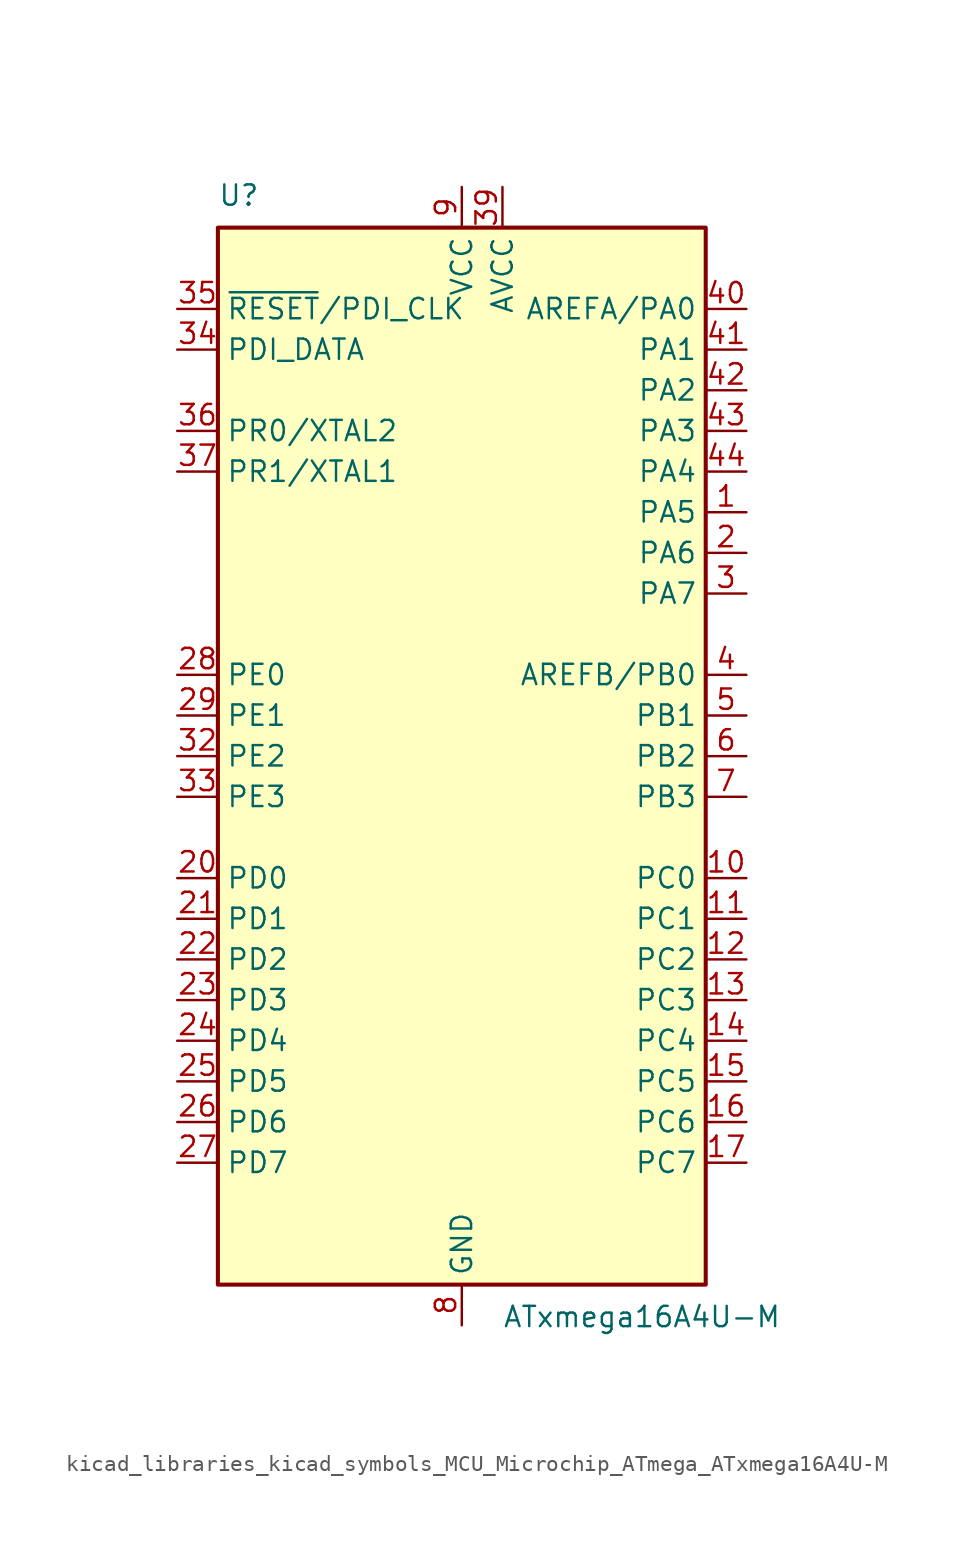
<source format=kicad_sym>
(kicad_symbol_lib
  (version 20220914)
  (generator kicad_symbol_editor)
  (symbol "kicad_libraries_kicad_symbols_MCU_Microchip_ATmega_ATxmega16A4U-M"
    (property "Reference" "U"
      (at -15.24 34.29 0)
      (effects (font (size 1.27 1.27)) (justify left bottom)))
    (property "Value" "ATxmega16A4U-M"
      (at 2.54 -34.29 0)
      (effects (font (size 1.27 1.27)) (justify left top)))
    (symbol "kicad_libraries_kicad_symbols_MCU_Microchip_ATmega_ATxmega16A4U-M_0_1"
      (rectangle (start -15.24 -33.02) (end 15.24 33.02) (stroke (width 0.254) (type default)) (fill (type background))))
    (symbol "kicad_libraries_kicad_symbols_MCU_Microchip_ATmega_ATxmega16A4U-M_1_1"
      (pin bidirectional line (at 17.78 15.24 180) (length 2.54) (name "PA5" (effects (font (size 1.27 1.27)))) (number "1" (effects (font (size 1.27 1.27)))))
      (pin bidirectional line (at 17.78 -7.62 180) (length 2.54) (name "PC0" (effects (font (size 1.27 1.27)))) (number "10" (effects (font (size 1.27 1.27)))))
      (pin bidirectional line (at 17.78 -10.16 180) (length 2.54) (name "PC1" (effects (font (size 1.27 1.27)))) (number "11" (effects (font (size 1.27 1.27)))))
      (pin bidirectional line (at 17.78 -12.7 180) (length 2.54) (name "PC2" (effects (font (size 1.27 1.27)))) (number "12" (effects (font (size 1.27 1.27)))))
      (pin bidirectional line (at 17.78 -15.24 180) (length 2.54) (name "PC3" (effects (font (size 1.27 1.27)))) (number "13" (effects (font (size 1.27 1.27)))))
      (pin bidirectional line (at 17.78 -17.78 180) (length 2.54) (name "PC4" (effects (font (size 1.27 1.27)))) (number "14" (effects (font (size 1.27 1.27)))))
      (pin bidirectional line (at 17.78 -20.32 180) (length 2.54) (name "PC5" (effects (font (size 1.27 1.27)))) (number "15" (effects (font (size 1.27 1.27)))))
      (pin bidirectional line (at 17.78 -22.86 180) (length 2.54) (name "PC6" (effects (font (size 1.27 1.27)))) (number "16" (effects (font (size 1.27 1.27)))))
      (pin bidirectional line (at 17.78 -25.4 180) (length 2.54) (name "PC7" (effects (font (size 1.27 1.27)))) (number "17" (effects (font (size 1.27 1.27)))))
      (pin passive line (at 0 -35.56 90) (length 2.54) hide (name "GND" (effects (font (size 1.27 1.27)))) (number "18" (effects (font (size 1.27 1.27)))))
      (pin passive line (at 0 35.56 270) (length 2.54) hide (name "VCC" (effects (font (size 1.27 1.27)))) (number "19" (effects (font (size 1.27 1.27)))))
      (pin bidirectional line (at 17.78 12.7 180) (length 2.54) (name "PA6" (effects (font (size 1.27 1.27)))) (number "2" (effects (font (size 1.27 1.27)))))
      (pin bidirectional line (at -17.78 -7.62 0) (length 2.54) (name "PD0" (effects (font (size 1.27 1.27)))) (number "20" (effects (font (size 1.27 1.27)))))
      (pin bidirectional line (at -17.78 -10.16 0) (length 2.54) (name "PD1" (effects (font (size 1.27 1.27)))) (number "21" (effects (font (size 1.27 1.27)))))
      (pin bidirectional line (at -17.78 -12.7 0) (length 2.54) (name "PD2" (effects (font (size 1.27 1.27)))) (number "22" (effects (font (size 1.27 1.27)))))
      (pin bidirectional line (at -17.78 -15.24 0) (length 2.54) (name "PD3" (effects (font (size 1.27 1.27)))) (number "23" (effects (font (size 1.27 1.27)))))
      (pin bidirectional line (at -17.78 -17.78 0) (length 2.54) (name "PD4" (effects (font (size 1.27 1.27)))) (number "24" (effects (font (size 1.27 1.27)))))
      (pin bidirectional line (at -17.78 -20.32 0) (length 2.54) (name "PD5" (effects (font (size 1.27 1.27)))) (number "25" (effects (font (size 1.27 1.27)))))
      (pin bidirectional line (at -17.78 -22.86 0) (length 2.54) (name "PD6" (effects (font (size 1.27 1.27)))) (number "26" (effects (font (size 1.27 1.27)))))
      (pin bidirectional line (at -17.78 -25.4 0) (length 2.54) (name "PD7" (effects (font (size 1.27 1.27)))) (number "27" (effects (font (size 1.27 1.27)))))
      (pin bidirectional line (at -17.78 5.08 0) (length 2.54) (name "PE0" (effects (font (size 1.27 1.27)))) (number "28" (effects (font (size 1.27 1.27)))))
      (pin bidirectional line (at -17.78 2.54 0) (length 2.54) (name "PE1" (effects (font (size 1.27 1.27)))) (number "29" (effects (font (size 1.27 1.27)))))
      (pin bidirectional line (at 17.78 10.16 180) (length 2.54) (name "PA7" (effects (font (size 1.27 1.27)))) (number "3" (effects (font (size 1.27 1.27)))))
      (pin passive line (at 0 -35.56 90) (length 2.54) hide (name "GND" (effects (font (size 1.27 1.27)))) (number "30" (effects (font (size 1.27 1.27)))))
      (pin passive line (at 0 35.56 270) (length 2.54) hide (name "VCC" (effects (font (size 1.27 1.27)))) (number "31" (effects (font (size 1.27 1.27)))))
      (pin bidirectional line (at -17.78 0 0) (length 2.54) (name "PE2" (effects (font (size 1.27 1.27)))) (number "32" (effects (font (size 1.27 1.27)))))
      (pin bidirectional line (at -17.78 -2.54 0) (length 2.54) (name "PE3" (effects (font (size 1.27 1.27)))) (number "33" (effects (font (size 1.27 1.27)))))
      (pin bidirectional line (at -17.78 25.4 0) (length 2.54) (name "PDI_DATA" (effects (font (size 1.27 1.27)))) (number "34" (effects (font (size 1.27 1.27)))))
      (pin input line (at -17.78 27.94 0) (length 2.54) (name "~{RESET}/PDI_CLK" (effects (font (size 1.27 1.27)))) (number "35" (effects (font (size 1.27 1.27)))))
      (pin bidirectional line (at -17.78 20.32 0) (length 2.54) (name "PR0/XTAL2" (effects (font (size 1.27 1.27)))) (number "36" (effects (font (size 1.27 1.27)))))
      (pin bidirectional line (at -17.78 17.78 0) (length 2.54) (name "PR1/XTAL1" (effects (font (size 1.27 1.27)))) (number "37" (effects (font (size 1.27 1.27)))))
      (pin passive line (at 0 -35.56 90) (length 2.54) hide (name "GND" (effects (font (size 1.27 1.27)))) (number "38" (effects (font (size 1.27 1.27)))))
      (pin power_in line (at 2.54 35.56 270) (length 2.54) (name "AVCC" (effects (font (size 1.27 1.27)))) (number "39" (effects (font (size 1.27 1.27)))))
      (pin bidirectional line (at 17.78 5.08 180) (length 2.54) (name "AREFB/PB0" (effects (font (size 1.27 1.27)))) (number "4" (effects (font (size 1.27 1.27)))))
      (pin bidirectional line (at 17.78 27.94 180) (length 2.54) (name "AREFA/PA0" (effects (font (size 1.27 1.27)))) (number "40" (effects (font (size 1.27 1.27)))))
      (pin bidirectional line (at 17.78 25.4 180) (length 2.54) (name "PA1" (effects (font (size 1.27 1.27)))) (number "41" (effects (font (size 1.27 1.27)))))
      (pin bidirectional line (at 17.78 22.86 180) (length 2.54) (name "PA2" (effects (font (size 1.27 1.27)))) (number "42" (effects (font (size 1.27 1.27)))))
      (pin bidirectional line (at 17.78 20.32 180) (length 2.54) (name "PA3" (effects (font (size 1.27 1.27)))) (number "43" (effects (font (size 1.27 1.27)))))
      (pin bidirectional line (at 17.78 17.78 180) (length 2.54) (name "PA4" (effects (font (size 1.27 1.27)))) (number "44" (effects (font (size 1.27 1.27)))))
      (pin passive line (at 0 -35.56 90) (length 2.54) hide (name "GND" (effects (font (size 1.27 1.27)))) (number "45" (effects (font (size 1.27 1.27)))))
      (pin bidirectional line (at 17.78 2.54 180) (length 2.54) (name "PB1" (effects (font (size 1.27 1.27)))) (number "5" (effects (font (size 1.27 1.27)))))
      (pin bidirectional line (at 17.78 0 180) (length 2.54) (name "PB2" (effects (font (size 1.27 1.27)))) (number "6" (effects (font (size 1.27 1.27)))))
      (pin bidirectional line (at 17.78 -2.54 180) (length 2.54) (name "PB3" (effects (font (size 1.27 1.27)))) (number "7" (effects (font (size 1.27 1.27)))))
      (pin power_in line (at 0 -35.56 90) (length 2.54) (name "GND" (effects (font (size 1.27 1.27)))) (number "8" (effects (font (size 1.27 1.27)))))
      (pin power_in line (at 0 35.56 270) (length 2.54) (name "VCC" (effects (font (size 1.27 1.27)))) (number "9" (effects (font (size 1.27 1.27))))))))
</source>
